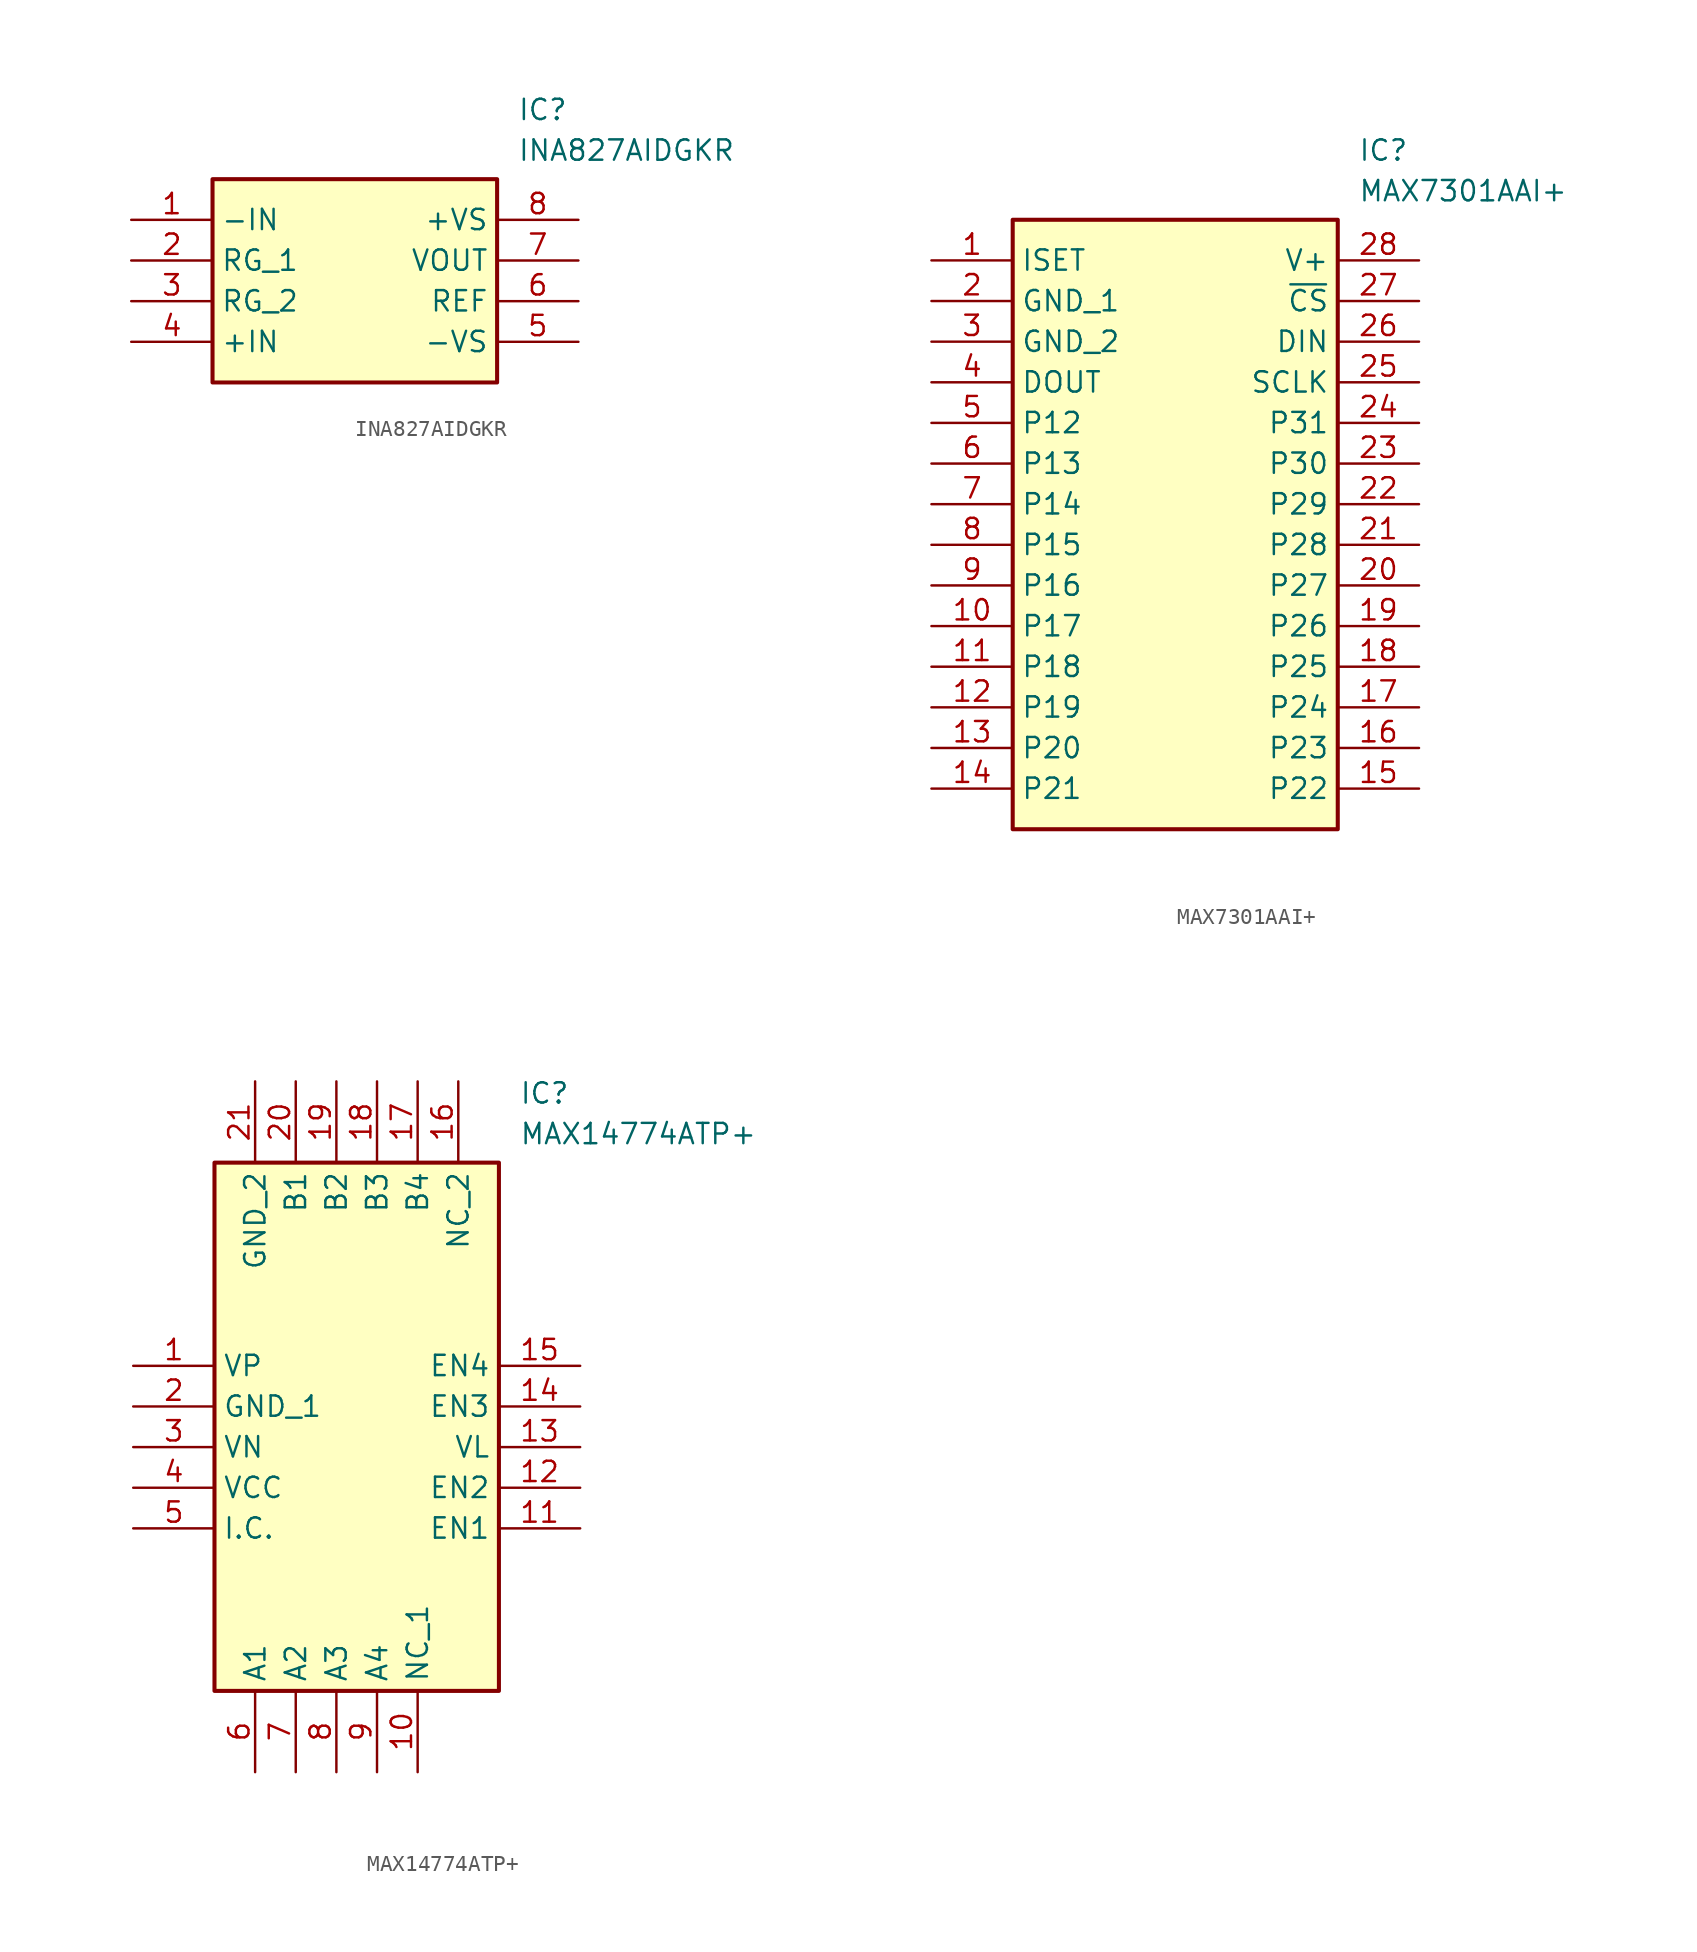
<source format=kicad_sym>
(kicad_symbol_lib
  (version 20231120)
  (generator "kicad_symbol_editor")
  (generator_version "8.0")
  (symbol "INA827AIDGKR"
    (property "Reference" "IC"
      (at 24.13 7.62 0)
      (effects (font (size 1.27 1.27)) (justify left top)))
    (property "Value" "INA827AIDGKR"
      (at 24.13 5.08 0)
      (effects (font (size 1.27 1.27)) (justify left top)))
    (symbol "INA827AIDGKR_1_1"
      (rectangle (start 5.08 2.54) (end 22.86 -10.16) (stroke (width 0.254) (type default)) (fill (type background)))
      (pin passive line (at 0 0 0) (length 5.08) (name "-IN" (effects (font (size 1.27 1.27)))) (number "1" (effects (font (size 1.27 1.27)))))
      (pin passive line (at 0 -2.54 0) (length 5.08) (name "RG_1" (effects (font (size 1.27 1.27)))) (number "2" (effects (font (size 1.27 1.27)))))
      (pin passive line (at 0 -5.08 0) (length 5.08) (name "RG_2" (effects (font (size 1.27 1.27)))) (number "3" (effects (font (size 1.27 1.27)))))
      (pin passive line (at 0 -7.62 0) (length 5.08) (name "+IN" (effects (font (size 1.27 1.27)))) (number "4" (effects (font (size 1.27 1.27)))))
      (pin passive line (at 27.94 -7.62 180) (length 5.08) (name "-VS" (effects (font (size 1.27 1.27)))) (number "5" (effects (font (size 1.27 1.27)))))
      (pin passive line (at 27.94 -5.08 180) (length 5.08) (name "REF" (effects (font (size 1.27 1.27)))) (number "6" (effects (font (size 1.27 1.27)))))
      (pin passive line (at 27.94 -2.54 180) (length 5.08) (name "VOUT" (effects (font (size 1.27 1.27)))) (number "7" (effects (font (size 1.27 1.27)))))
      (pin passive line (at 27.94 0 180) (length 5.08) (name "+VS" (effects (font (size 1.27 1.27)))) (number "8" (effects (font (size 1.27 1.27)))))))
  (symbol "MAX7301AAI+"
    (property "Reference" "IC"
      (at 26.67 7.62 0)
      (effects (font (size 1.27 1.27)) (justify left top)))
    (property "Value" "MAX7301AAI+"
      (at 26.67 5.08 0)
      (effects (font (size 1.27 1.27)) (justify left top)))
    (symbol "MAX7301AAI+_1_1"
      (rectangle (start 5.08 2.54) (end 25.4 -35.56) (stroke (width 0.254) (type default)) (fill (type background)))
      (pin input line (at 0 0 0) (length 5.08) (name "ISET" (effects (font (size 1.27 1.27)))) (number "1" (effects (font (size 1.27 1.27)))))
      (pin bidirectional line (at 0 -22.86 0) (length 5.08) (name "P17" (effects (font (size 1.27 1.27)))) (number "10" (effects (font (size 1.27 1.27)))))
      (pin bidirectional line (at 0 -25.4 0) (length 5.08) (name "P18" (effects (font (size 1.27 1.27)))) (number "11" (effects (font (size 1.27 1.27)))))
      (pin bidirectional line (at 0 -27.94 0) (length 5.08) (name "P19" (effects (font (size 1.27 1.27)))) (number "12" (effects (font (size 1.27 1.27)))))
      (pin bidirectional line (at 0 -30.48 0) (length 5.08) (name "P20" (effects (font (size 1.27 1.27)))) (number "13" (effects (font (size 1.27 1.27)))))
      (pin bidirectional line (at 0 -33.02 0) (length 5.08) (name "P21" (effects (font (size 1.27 1.27)))) (number "14" (effects (font (size 1.27 1.27)))))
      (pin bidirectional line (at 30.48 -33.02 180) (length 5.08) (name "P22" (effects (font (size 1.27 1.27)))) (number "15" (effects (font (size 1.27 1.27)))))
      (pin bidirectional line (at 30.48 -30.48 180) (length 5.08) (name "P23" (effects (font (size 1.27 1.27)))) (number "16" (effects (font (size 1.27 1.27)))))
      (pin bidirectional line (at 30.48 -27.94 180) (length 5.08) (name "P24" (effects (font (size 1.27 1.27)))) (number "17" (effects (font (size 1.27 1.27)))))
      (pin bidirectional line (at 30.48 -25.4 180) (length 5.08) (name "P25" (effects (font (size 1.27 1.27)))) (number "18" (effects (font (size 1.27 1.27)))))
      (pin bidirectional line (at 30.48 -22.86 180) (length 5.08) (name "P26" (effects (font (size 1.27 1.27)))) (number "19" (effects (font (size 1.27 1.27)))))
      (pin power_in line (at 0 -2.54 0) (length 5.08) (name "GND_1" (effects (font (size 1.27 1.27)))) (number "2" (effects (font (size 1.27 1.27)))))
      (pin bidirectional line (at 30.48 -20.32 180) (length 5.08) (name "P27" (effects (font (size 1.27 1.27)))) (number "20" (effects (font (size 1.27 1.27)))))
      (pin bidirectional line (at 30.48 -17.78 180) (length 5.08) (name "P28" (effects (font (size 1.27 1.27)))) (number "21" (effects (font (size 1.27 1.27)))))
      (pin bidirectional line (at 30.48 -15.24 180) (length 5.08) (name "P29" (effects (font (size 1.27 1.27)))) (number "22" (effects (font (size 1.27 1.27)))))
      (pin bidirectional line (at 30.48 -12.7 180) (length 5.08) (name "P30" (effects (font (size 1.27 1.27)))) (number "23" (effects (font (size 1.27 1.27)))))
      (pin bidirectional line (at 30.48 -10.16 180) (length 5.08) (name "P31" (effects (font (size 1.27 1.27)))) (number "24" (effects (font (size 1.27 1.27)))))
      (pin input line (at 30.48 -7.62 180) (length 5.08) (name "SCLK" (effects (font (size 1.27 1.27)))) (number "25" (effects (font (size 1.27 1.27)))))
      (pin input line (at 30.48 -5.08 180) (length 5.08) (name "DIN" (effects (font (size 1.27 1.27)))) (number "26" (effects (font (size 1.27 1.27)))))
      (pin input line (at 30.48 -2.54 180) (length 5.08) (name "~{CS}" (effects (font (size 1.27 1.27)))) (number "27" (effects (font (size 1.27 1.27)))))
      (pin power_in line (at 30.48 0 180) (length 5.08) (name "V+" (effects (font (size 1.27 1.27)))) (number "28" (effects (font (size 1.27 1.27)))))
      (pin power_in line (at 0 -5.08 0) (length 5.08) (name "GND_2" (effects (font (size 1.27 1.27)))) (number "3" (effects (font (size 1.27 1.27)))))
      (pin output line (at 0 -7.62 0) (length 5.08) (name "DOUT" (effects (font (size 1.27 1.27)))) (number "4" (effects (font (size 1.27 1.27)))))
      (pin bidirectional line (at 0 -10.16 0) (length 5.08) (name "P12" (effects (font (size 1.27 1.27)))) (number "5" (effects (font (size 1.27 1.27)))))
      (pin bidirectional line (at 0 -12.7 0) (length 5.08) (name "P13" (effects (font (size 1.27 1.27)))) (number "6" (effects (font (size 1.27 1.27)))))
      (pin bidirectional line (at 0 -15.24 0) (length 5.08) (name "P14" (effects (font (size 1.27 1.27)))) (number "7" (effects (font (size 1.27 1.27)))))
      (pin bidirectional line (at 0 -17.78 0) (length 5.08) (name "P15" (effects (font (size 1.27 1.27)))) (number "8" (effects (font (size 1.27 1.27)))))
      (pin bidirectional line (at 0 -20.32 0) (length 5.08) (name "P16" (effects (font (size 1.27 1.27)))) (number "9" (effects (font (size 1.27 1.27)))))))
  (symbol "MAX14774ATP+"
    (property "Reference" "IC"
      (at 24.13 17.78 0)
      (effects (font (size 1.27 1.27)) (justify left top)))
    (property "Value" "MAX14774ATP+"
      (at 24.13 15.24 0)
      (effects (font (size 1.27 1.27)) (justify left top)))
    (symbol "MAX14774ATP+_1_1"
      (rectangle (start 5.08 12.7) (end 22.86 -20.32) (stroke (width 0.254) (type default)) (fill (type background)))
      (pin passive line (at 0 0 0) (length 5.08) (name "VP" (effects (font (size 1.27 1.27)))) (number "1" (effects (font (size 1.27 1.27)))))
      (pin passive line (at 17.78 -25.4 90) (length 5.08) (name "NC_1" (effects (font (size 1.27 1.27)))) (number "10" (effects (font (size 1.27 1.27)))))
      (pin passive line (at 27.94 -10.16 180) (length 5.08) (name "EN1" (effects (font (size 1.27 1.27)))) (number "11" (effects (font (size 1.27 1.27)))))
      (pin passive line (at 27.94 -7.62 180) (length 5.08) (name "EN2" (effects (font (size 1.27 1.27)))) (number "12" (effects (font (size 1.27 1.27)))))
      (pin passive line (at 27.94 -5.08 180) (length 5.08) (name "VL" (effects (font (size 1.27 1.27)))) (number "13" (effects (font (size 1.27 1.27)))))
      (pin passive line (at 27.94 -2.54 180) (length 5.08) (name "EN3" (effects (font (size 1.27 1.27)))) (number "14" (effects (font (size 1.27 1.27)))))
      (pin passive line (at 27.94 0 180) (length 5.08) (name "EN4" (effects (font (size 1.27 1.27)))) (number "15" (effects (font (size 1.27 1.27)))))
      (pin passive line (at 20.32 17.78 270) (length 5.08) (name "NC_2" (effects (font (size 1.27 1.27)))) (number "16" (effects (font (size 1.27 1.27)))))
      (pin passive line (at 17.78 17.78 270) (length 5.08) (name "B4" (effects (font (size 1.27 1.27)))) (number "17" (effects (font (size 1.27 1.27)))))
      (pin passive line (at 15.24 17.78 270) (length 5.08) (name "B3" (effects (font (size 1.27 1.27)))) (number "18" (effects (font (size 1.27 1.27)))))
      (pin passive line (at 12.7 17.78 270) (length 5.08) (name "B2" (effects (font (size 1.27 1.27)))) (number "19" (effects (font (size 1.27 1.27)))))
      (pin passive line (at 0 -2.54 0) (length 5.08) (name "GND_1" (effects (font (size 1.27 1.27)))) (number "2" (effects (font (size 1.27 1.27)))))
      (pin passive line (at 10.16 17.78 270) (length 5.08) (name "B1" (effects (font (size 1.27 1.27)))) (number "20" (effects (font (size 1.27 1.27)))))
      (pin passive line (at 7.62 17.78 270) (length 5.08) (name "GND_2" (effects (font (size 1.27 1.27)))) (number "21" (effects (font (size 1.27 1.27)))))
      (pin passive line (at 0 -5.08 0) (length 5.08) (name "VN" (effects (font (size 1.27 1.27)))) (number "3" (effects (font (size 1.27 1.27)))))
      (pin passive line (at 0 -7.62 0) (length 5.08) (name "VCC" (effects (font (size 1.27 1.27)))) (number "4" (effects (font (size 1.27 1.27)))))
      (pin passive line (at 0 -10.16 0) (length 5.08) (name "I.C." (effects (font (size 1.27 1.27)))) (number "5" (effects (font (size 1.27 1.27)))))
      (pin passive line (at 7.62 -25.4 90) (length 5.08) (name "A1" (effects (font (size 1.27 1.27)))) (number "6" (effects (font (size 1.27 1.27)))))
      (pin passive line (at 10.16 -25.4 90) (length 5.08) (name "A2" (effects (font (size 1.27 1.27)))) (number "7" (effects (font (size 1.27 1.27)))))
      (pin passive line (at 12.7 -25.4 90) (length 5.08) (name "A3" (effects (font (size 1.27 1.27)))) (number "8" (effects (font (size 1.27 1.27)))))
      (pin passive line (at 15.24 -25.4 90) (length 5.08) (name "A4" (effects (font (size 1.27 1.27)))) (number "9" (effects (font (size 1.27 1.27))))))))
</source>
